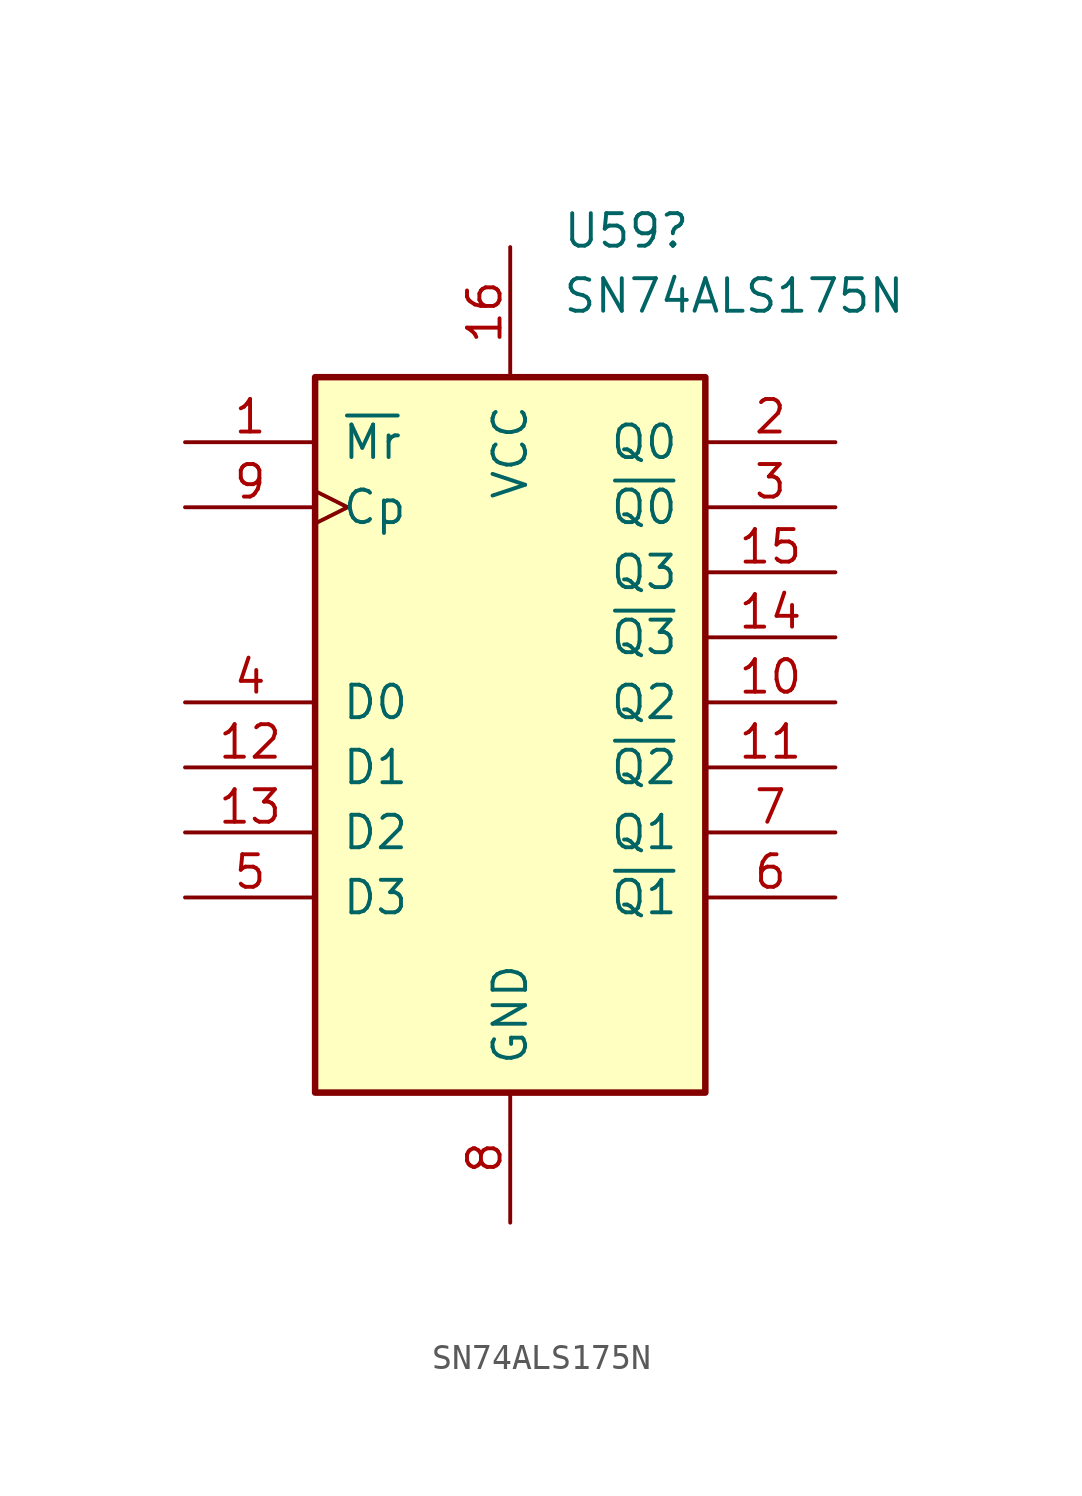
<source format=kicad_sym>
(kicad_symbol_lib
  (version 20211014)
  (generator kicad_symbol_editor)
  (symbol "SN74ALS175N"
    (pin_names
      (offset 1.016))
    (property "Reference" "U59"
      (at 2.019 18.415 0)
      (effects (font (size 1.27 1.27)) (justify left)))
    (property "Value" "SN74ALS175N"
      (at 2.019 15.875 0)
      (effects (font (size 1.27 1.27)) (justify left)))
    (property "ki_locked" ""
      (at 0 0 0)
      (effects (font (size 1.27 1.27))))
    (symbol "SN74ALS175N_1_0"
      (pin input line (at -12.7 10.16 0) (length 5.08) (name "~{Mr}" (effects (font (size 1.27 1.27)))) (number "1" (effects (font (size 1.27 1.27)))))
      (pin output line (at 12.7 0 180) (length 5.08) (name "Q2" (effects (font (size 1.27 1.27)))) (number "10" (effects (font (size 1.27 1.27)))))
      (pin output line (at 12.7 -2.54 180) (length 5.08) (name "~{Q2}" (effects (font (size 1.27 1.27)))) (number "11" (effects (font (size 1.27 1.27)))))
      (pin input line (at -12.7 -2.54 0) (length 5.08) (name "D1" (effects (font (size 1.27 1.27)))) (number "12" (effects (font (size 1.27 1.27)))))
      (pin input line (at -12.7 -5.08 0) (length 5.08) (name "D2" (effects (font (size 1.27 1.27)))) (number "13" (effects (font (size 1.27 1.27)))))
      (pin output line (at 12.7 2.54 180) (length 5.08) (name "~{Q3}" (effects (font (size 1.27 1.27)))) (number "14" (effects (font (size 1.27 1.27)))))
      (pin output line (at 12.7 5.08 180) (length 5.08) (name "Q3" (effects (font (size 1.27 1.27)))) (number "15" (effects (font (size 1.27 1.27)))))
      (pin power_in line (at 0 17.78 270) (length 5.08) (name "VCC" (effects (font (size 1.27 1.27)))) (number "16" (effects (font (size 1.27 1.27)))))
      (pin output line (at 12.7 10.16 180) (length 5.08) (name "Q0" (effects (font (size 1.27 1.27)))) (number "2" (effects (font (size 1.27 1.27)))))
      (pin output line (at 12.7 7.62 180) (length 5.08) (name "~{Q0}" (effects (font (size 1.27 1.27)))) (number "3" (effects (font (size 1.27 1.27)))))
      (pin input line (at -12.7 0 0) (length 5.08) (name "D0" (effects (font (size 1.27 1.27)))) (number "4" (effects (font (size 1.27 1.27)))))
      (pin input line (at -12.7 -7.62 0) (length 5.08) (name "D3" (effects (font (size 1.27 1.27)))) (number "5" (effects (font (size 1.27 1.27)))))
      (pin output line (at 12.7 -7.62 180) (length 5.08) (name "~{Q1}" (effects (font (size 1.27 1.27)))) (number "6" (effects (font (size 1.27 1.27)))))
      (pin output line (at 12.7 -5.08 180) (length 5.08) (name "Q1" (effects (font (size 1.27 1.27)))) (number "7" (effects (font (size 1.27 1.27)))))
      (pin power_in line (at 0 -20.32 90) (length 5.08) (name "GND" (effects (font (size 1.27 1.27)))) (number "8" (effects (font (size 1.27 1.27)))))
      (pin input clock (at -12.7 7.62 0) (length 5.08) (name "Cp" (effects (font (size 1.27 1.27)))) (number "9" (effects (font (size 1.27 1.27))))))
    (symbol "SN74ALS175N_1_1"
      (rectangle (start -7.62 12.7) (end 7.62 -15.24) (stroke (width 0.254) (type default) (color 0 0 0 0)) (fill (type background))))))
</source>
